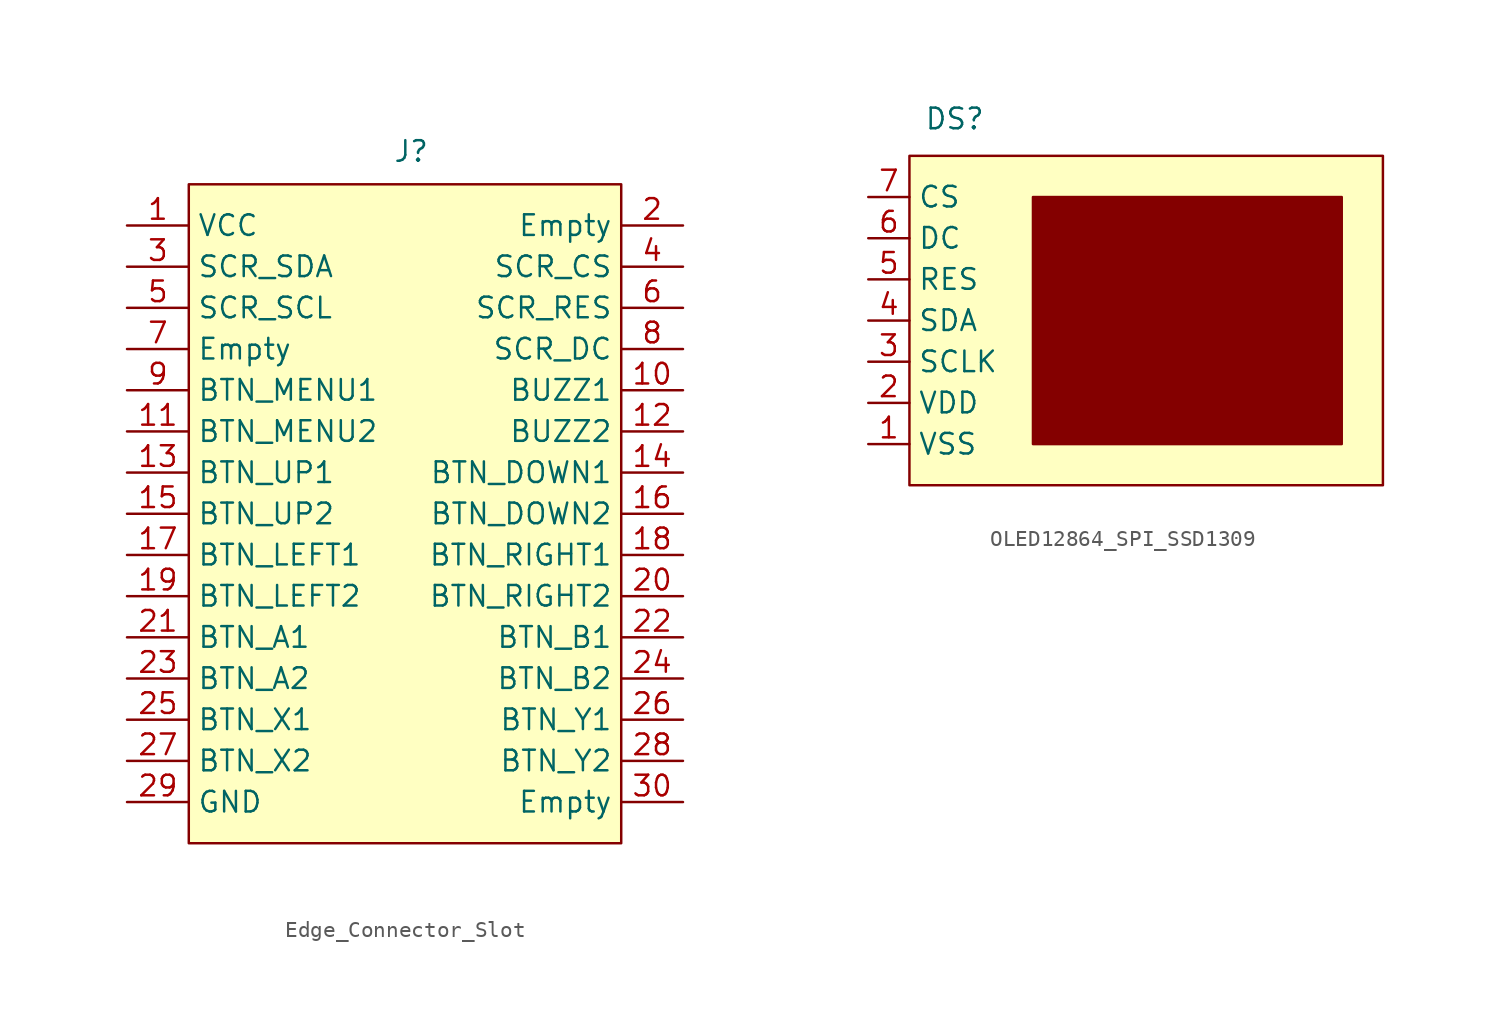
<source format=kicad_sym>
(kicad_symbol_lib
  (version 20241209)
  (generator "kicad_symbol_editor")
  (generator_version "9.0")
  (symbol "Edge_Connector_Slot"
    (property "Reference" "J"
      (at 1.016 22.352 0)
      (effects (font (size 1.27 1.27))))
    (property "Value" ""
      (at 0 0 0)
      (effects (font (size 1.27 1.27))))
    (symbol "Edge_Connector_Slot_1_1"
      (rectangle (start -12.7 20.32) (end 13.97 -20.32) (stroke (width 0) (type solid)) (fill (type background)))
      (pin power_in line (at -16.51 17.78 0) (length 3.81) (name "VCC" (effects (font (size 1.27 1.27)))) (number "1" (effects (font (size 1.27 1.27)))))
      (pin passive line (at -16.51 15.24 0) (length 3.81) (name "SCR_SDA" (effects (font (size 1.27 1.27)))) (number "3" (effects (font (size 1.27 1.27)))))
      (pin passive line (at -16.51 12.7 0) (length 3.81) (name "SCR_SCL" (effects (font (size 1.27 1.27)))) (number "5" (effects (font (size 1.27 1.27)))))
      (pin passive line (at -16.51 10.16 0) (length 3.81) (name "Empty" (effects (font (size 1.27 1.27)))) (number "7" (effects (font (size 1.27 1.27)))))
      (pin passive line (at -16.51 7.62 0) (length 3.81) (name "BTN_MENU1" (effects (font (size 1.27 1.27)))) (number "9" (effects (font (size 1.27 1.27)))))
      (pin passive line (at -16.51 5.08 0) (length 3.81) (name "BTN_MENU2" (effects (font (size 1.27 1.27)))) (number "11" (effects (font (size 1.27 1.27)))))
      (pin passive line (at -16.51 2.54 0) (length 3.81) (name "BTN_UP1" (effects (font (size 1.27 1.27)))) (number "13" (effects (font (size 1.27 1.27)))))
      (pin passive line (at -16.51 0 0) (length 3.81) (name "BTN_UP2" (effects (font (size 1.27 1.27)))) (number "15" (effects (font (size 1.27 1.27)))))
      (pin passive line (at -16.51 -2.54 0) (length 3.81) (name "BTN_LEFT1" (effects (font (size 1.27 1.27)))) (number "17" (effects (font (size 1.27 1.27)))))
      (pin passive line (at -16.51 -5.08 0) (length 3.81) (name "BTN_LEFT2" (effects (font (size 1.27 1.27)))) (number "19" (effects (font (size 1.27 1.27)))))
      (pin passive line (at -16.51 -7.62 0) (length 3.81) (name "BTN_A1" (effects (font (size 1.27 1.27)))) (number "21" (effects (font (size 1.27 1.27)))))
      (pin passive line (at -16.51 -10.16 0) (length 3.81) (name "BTN_A2" (effects (font (size 1.27 1.27)))) (number "23" (effects (font (size 1.27 1.27)))))
      (pin passive line (at -16.51 -12.7 0) (length 3.81) (name "BTN_X1" (effects (font (size 1.27 1.27)))) (number "25" (effects (font (size 1.27 1.27)))))
      (pin passive line (at -16.51 -15.24 0) (length 3.81) (name "BTN_X2" (effects (font (size 1.27 1.27)))) (number "27" (effects (font (size 1.27 1.27)))))
      (pin power_in line (at -16.51 -17.78 0) (length 3.81) (name "GND" (effects (font (size 1.27 1.27)))) (number "29" (effects (font (size 1.27 1.27)))))
      (pin passive line (at 17.78 17.78 180) (length 3.81) (name "Empty" (effects (font (size 1.27 1.27)))) (number "2" (effects (font (size 1.27 1.27)))))
      (pin passive line (at 17.78 15.24 180) (length 3.81) (name "SCR_CS" (effects (font (size 1.27 1.27)))) (number "4" (effects (font (size 1.27 1.27)))))
      (pin passive line (at 17.78 12.7 180) (length 3.81) (name "SCR_RES" (effects (font (size 1.27 1.27)))) (number "6" (effects (font (size 1.27 1.27)))))
      (pin passive line (at 17.78 10.16 180) (length 3.81) (name "SCR_DC" (effects (font (size 1.27 1.27)))) (number "8" (effects (font (size 1.27 1.27)))))
      (pin passive line (at 17.78 7.62 180) (length 3.81) (name "BUZZ1" (effects (font (size 1.27 1.27)))) (number "10" (effects (font (size 1.27 1.27)))))
      (pin passive line (at 17.78 5.08 180) (length 3.81) (name "BUZZ2" (effects (font (size 1.27 1.27)))) (number "12" (effects (font (size 1.27 1.27)))))
      (pin passive line (at 17.78 2.54 180) (length 3.81) (name "BTN_DOWN1" (effects (font (size 1.27 1.27)))) (number "14" (effects (font (size 1.27 1.27)))))
      (pin passive line (at 17.78 0 180) (length 3.81) (name "BTN_DOWN2" (effects (font (size 1.27 1.27)))) (number "16" (effects (font (size 1.27 1.27)))))
      (pin passive line (at 17.78 -2.54 180) (length 3.81) (name "BTN_RIGHT1" (effects (font (size 1.27 1.27)))) (number "18" (effects (font (size 1.27 1.27)))))
      (pin passive line (at 17.78 -5.08 180) (length 3.81) (name "BTN_RIGHT2" (effects (font (size 1.27 1.27)))) (number "20" (effects (font (size 1.27 1.27)))))
      (pin passive line (at 17.78 -7.62 180) (length 3.81) (name "BTN_B1" (effects (font (size 1.27 1.27)))) (number "22" (effects (font (size 1.27 1.27)))))
      (pin passive line (at 17.78 -10.16 180) (length 3.81) (name "BTN_B2" (effects (font (size 1.27 1.27)))) (number "24" (effects (font (size 1.27 1.27)))))
      (pin passive line (at 17.78 -12.7 180) (length 3.81) (name "BTN_Y1" (effects (font (size 1.27 1.27)))) (number "26" (effects (font (size 1.27 1.27)))))
      (pin passive line (at 17.78 -15.24 180) (length 3.81) (name "BTN_Y2" (effects (font (size 1.27 1.27)))) (number "28" (effects (font (size 1.27 1.27)))))
      (pin passive line (at 17.78 -17.78 180) (length 3.81) (name "Empty" (effects (font (size 1.27 1.27)))) (number "30" (effects (font (size 1.27 1.27)))))))
  (symbol "OLED12864_SPI_SSD1309"
    (property "Reference" "DS"
      (at -12.446 11.176 0)
      (effects (font (size 1.27 1.27))))
    (property "Value" ""
      (at 0 0 0)
      (effects (font (size 1.27 1.27))))
    (symbol "OLED12864_SPI_SSD1309_1_1"
      (rectangle (start -15.24 8.89) (end 13.97 -11.43) (stroke (width 0) (type solid)) (fill (type background)))
      (rectangle (start -7.62 6.35) (end 11.43 -8.89) (stroke (width 0) (type solid)) (fill (type outline)))
      (pin input line (at -17.78 6.35 0) (length 2.54) (name "CS" (effects (font (size 1.27 1.27)))) (number "7" (effects (font (size 1.27 1.27)))))
      (pin input line (at -17.78 3.81 0) (length 2.54) (name "DC" (effects (font (size 1.27 1.27)))) (number "6" (effects (font (size 1.27 1.27)))))
      (pin output line (at -17.78 1.27 0) (length 2.54) (name "RES" (effects (font (size 1.27 1.27)))) (number "5" (effects (font (size 1.27 1.27)))))
      (pin bidirectional line (at -17.78 -1.27 0) (length 2.54) (name "SDA" (effects (font (size 1.27 1.27)))) (number "4" (effects (font (size 1.27 1.27)))))
      (pin input line (at -17.78 -3.81 0) (length 2.54) (name "SCLK" (effects (font (size 1.27 1.27)))) (number "3" (effects (font (size 1.27 1.27)))))
      (pin power_in line (at -17.78 -6.35 0) (length 2.54) (name "VDD" (effects (font (size 1.27 1.27)))) (number "2" (effects (font (size 1.27 1.27)))))
      (pin power_in line (at -17.78 -8.89 0) (length 2.54) (name "VSS" (effects (font (size 1.27 1.27)))) (number "1" (effects (font (size 1.27 1.27))))))))
</source>
